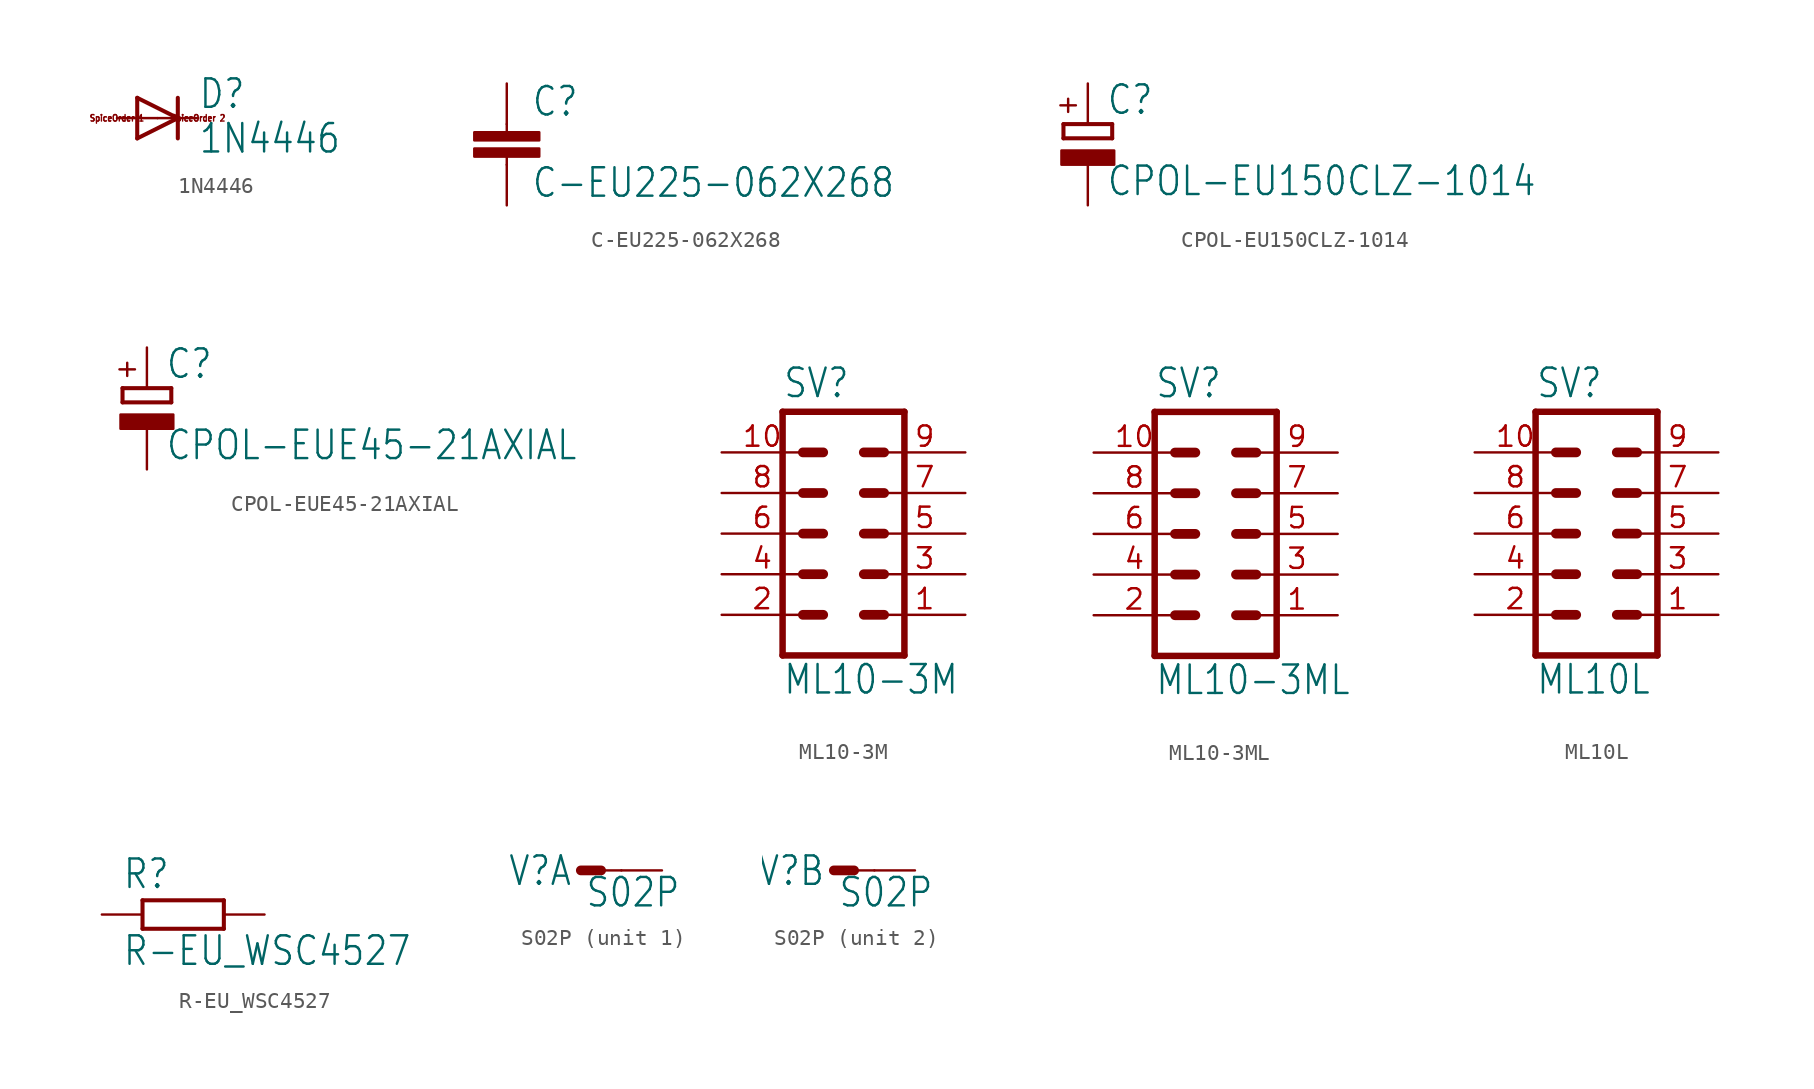
<source format=kicad_sym>
(kicad_symbol_lib
  (version 20211014)
  (generator kicad_symbol_editor)
  (symbol "1N4446"
    (property "Reference" "D"
      (at 2.54 0.483 0)
      (effects (font (size 1.778 1.511)) (justify left bottom)))
    (property "Value" "1N4446"
      (at 2.54 -2.311 0)
      (effects (font (size 1.778 1.511)) (justify left bottom)))
    (property "ki_locked" ""
      (at 0 0 0)
      (effects (font (size 1.27 1.27))))
    (symbol "1N4446_1_0"
      (polyline (pts (xy -1.27 -1.27) (xy 1.27 0)) (stroke (width 0.254) (type default) (color 0 0 0 0)) (fill (type none)))
      (polyline (pts (xy -1.27 1.27) (xy -1.27 -1.27)) (stroke (width 0.254) (type default) (color 0 0 0 0)) (fill (type none)))
      (polyline (pts (xy 1.27 0) (xy -1.27 1.27)) (stroke (width 0.254) (type default) (color 0 0 0 0)) (fill (type none)))
      (polyline (pts (xy 1.27 0) (xy 1.27 -1.27)) (stroke (width 0.254) (type default) (color 0 0 0 0)) (fill (type none)))
      (polyline (pts (xy 1.27 1.27) (xy 1.27 0)) (stroke (width 0.254) (type default) (color 0 0 0 0)) (fill (type none)))
      (text "SpiceOrder 1" (at -2.54 0 0) (effects (font (size 0.406 0.345))))
      (text "SpiceOrder 2" (at 2.54 0 0) (effects (font (size 0.406 0.345))))
      (pin passive line (at -2.54 0 0) (length 2.54) (name "A" (effects (font (size 0 0)))) (number "A" (effects (font (size 0 0)))))
      (pin passive line (at 2.54 0 180) (length 2.54) (name "C" (effects (font (size 0 0)))) (number "C" (effects (font (size 0 0)))))))
  (symbol "C-EU225-062X268"
    (property "Reference" "C"
      (at 1.524 0.381 0)
      (effects (font (size 1.778 1.511)) (justify left bottom)))
    (property "Value" "C-EU225-062X268"
      (at 1.524 -4.699 0)
      (effects (font (size 1.778 1.511)) (justify left bottom)))
    (property "ki_locked" ""
      (at 0 0 0)
      (effects (font (size 1.27 1.27))))
    (symbol "C-EU225-062X268_1_0"
      (rectangle (start -2.032 -2.032) (end 2.032 -1.524) (stroke (width 0) (type default) (color 0 0 0 0)) (fill (type outline)))
      (rectangle (start -2.032 -1.016) (end 2.032 -0.508) (stroke (width 0) (type default) (color 0 0 0 0)) (fill (type outline)))
      (polyline (pts (xy 0 -2.54) (xy 0 -2.032)) (stroke (width 0.152) (type default) (color 0 0 0 0)) (fill (type none)))
      (polyline (pts (xy 0 0) (xy 0 -0.508)) (stroke (width 0.152) (type default) (color 0 0 0 0)) (fill (type none)))
      (pin passive line (at 0 2.54 270) (length 2.54) (name "1" (effects (font (size 0 0)))) (number "1" (effects (font (size 0 0)))))
      (pin passive line (at 0 -5.08 90) (length 2.54) (name "2" (effects (font (size 0 0)))) (number "2" (effects (font (size 0 0)))))))
  (symbol "CPOL-EU150CLZ-1014"
    (property "Reference" "C"
      (at 1.143 0.483 0)
      (effects (font (size 1.778 1.511)) (justify left bottom)))
    (property "Value" "CPOL-EU150CLZ-1014"
      (at 1.143 -4.597 0)
      (effects (font (size 1.778 1.511)) (justify left bottom)))
    (property "ki_locked" ""
      (at 0 0 0)
      (effects (font (size 1.27 1.27))))
    (symbol "CPOL-EU150CLZ-1014_1_0"
      (rectangle (start -1.651 -2.54) (end 1.651 -1.651) (stroke (width 0) (type default) (color 0 0 0 0)) (fill (type outline)))
      (polyline (pts (xy -1.524 -0.889) (xy 1.524 -0.889)) (stroke (width 0.254) (type default) (color 0 0 0 0)) (fill (type none)))
      (polyline (pts (xy -1.524 0) (xy -1.524 -0.889)) (stroke (width 0.254) (type default) (color 0 0 0 0)) (fill (type none)))
      (polyline (pts (xy -1.524 0) (xy 1.524 0)) (stroke (width 0.254) (type default) (color 0 0 0 0)) (fill (type none)))
      (polyline (pts (xy 1.524 -0.889) (xy 1.524 0)) (stroke (width 0.254) (type default) (color 0 0 0 0)) (fill (type none)))
      (text "+" (at -0.584 0.406 900) (effects (font (size 1.27 1.079)) (justify left bottom)))
      (pin passive line (at 0 2.54 270) (length 2.54) (name "+" (effects (font (size 0 0)))) (number "+" (effects (font (size 0 0)))))
      (pin passive line (at 0 -5.08 90) (length 2.54) (name "-" (effects (font (size 0 0)))) (number "-" (effects (font (size 0 0)))))))
  (symbol "CPOL-EUE45-21AXIAL"
    (property "Reference" "C"
      (at 1.143 0.483 0)
      (effects (font (size 1.778 1.511)) (justify left bottom)))
    (property "Value" "CPOL-EUE45-21AXIAL"
      (at 1.143 -4.597 0)
      (effects (font (size 1.778 1.511)) (justify left bottom)))
    (property "ki_locked" ""
      (at 0 0 0)
      (effects (font (size 1.27 1.27))))
    (symbol "CPOL-EUE45-21AXIAL_1_0"
      (rectangle (start -1.651 -2.54) (end 1.651 -1.651) (stroke (width 0) (type default) (color 0 0 0 0)) (fill (type outline)))
      (polyline (pts (xy -1.524 -0.889) (xy 1.524 -0.889)) (stroke (width 0.254) (type default) (color 0 0 0 0)) (fill (type none)))
      (polyline (pts (xy -1.524 0) (xy -1.524 -0.889)) (stroke (width 0.254) (type default) (color 0 0 0 0)) (fill (type none)))
      (polyline (pts (xy -1.524 0) (xy 1.524 0)) (stroke (width 0.254) (type default) (color 0 0 0 0)) (fill (type none)))
      (polyline (pts (xy 1.524 -0.889) (xy 1.524 0)) (stroke (width 0.254) (type default) (color 0 0 0 0)) (fill (type none)))
      (text "+" (at -0.584 0.406 900) (effects (font (size 1.27 1.079)) (justify left bottom)))
      (pin passive line (at 0 2.54 270) (length 2.54) (name "+" (effects (font (size 0 0)))) (number "+" (effects (font (size 0 0)))))
      (pin passive line (at 0 -5.08 90) (length 2.54) (name "-" (effects (font (size 0 0)))) (number "-" (effects (font (size 0 0)))))))
  (symbol "ML10-3M"
    (property "Reference" "SV"
      (at -3.81 8.382 0)
      (effects (font (size 1.778 1.511)) (justify left bottom)))
    (property "Value" "ML10-3M"
      (at -3.81 -10.16 0)
      (effects (font (size 1.778 1.511)) (justify left bottom)))
    (property "ki_locked" ""
      (at 0 0 0)
      (effects (font (size 1.27 1.27))))
    (symbol "ML10-3M_1_0"
      (polyline (pts (xy -3.81 7.62) (xy -3.81 -7.62)) (stroke (width 0.406) (type default) (color 0 0 0 0)) (fill (type none)))
      (polyline (pts (xy -3.81 7.62) (xy 3.81 7.62)) (stroke (width 0.406) (type default) (color 0 0 0 0)) (fill (type none)))
      (polyline (pts (xy -2.54 -5.08) (xy -1.27 -5.08)) (stroke (width 0.61) (type default) (color 0 0 0 0)) (fill (type none)))
      (polyline (pts (xy -2.54 -2.54) (xy -1.27 -2.54)) (stroke (width 0.61) (type default) (color 0 0 0 0)) (fill (type none)))
      (polyline (pts (xy -2.54 0) (xy -1.27 0)) (stroke (width 0.61) (type default) (color 0 0 0 0)) (fill (type none)))
      (polyline (pts (xy -2.54 2.54) (xy -1.27 2.54)) (stroke (width 0.61) (type default) (color 0 0 0 0)) (fill (type none)))
      (polyline (pts (xy -2.54 5.08) (xy -1.27 5.08)) (stroke (width 0.61) (type default) (color 0 0 0 0)) (fill (type none)))
      (polyline (pts (xy 1.27 -5.08) (xy 2.54 -5.08)) (stroke (width 0.61) (type default) (color 0 0 0 0)) (fill (type none)))
      (polyline (pts (xy 1.27 -2.54) (xy 2.54 -2.54)) (stroke (width 0.61) (type default) (color 0 0 0 0)) (fill (type none)))
      (polyline (pts (xy 1.27 0) (xy 2.54 0)) (stroke (width 0.61) (type default) (color 0 0 0 0)) (fill (type none)))
      (polyline (pts (xy 1.27 2.54) (xy 2.54 2.54)) (stroke (width 0.61) (type default) (color 0 0 0 0)) (fill (type none)))
      (polyline (pts (xy 1.27 5.08) (xy 2.54 5.08)) (stroke (width 0.61) (type default) (color 0 0 0 0)) (fill (type none)))
      (polyline (pts (xy 3.81 -7.62) (xy -3.81 -7.62)) (stroke (width 0.406) (type default) (color 0 0 0 0)) (fill (type none)))
      (polyline (pts (xy 3.81 -7.62) (xy 3.81 7.62)) (stroke (width 0.406) (type default) (color 0 0 0 0)) (fill (type none)))
      (pin passive line (at 7.62 -5.08 180) (length 5.08) (name "1" (effects (font (size 0 0)))) (number "1" (effects (font (size 1.27 1.27)))))
      (pin passive line (at -7.62 5.08 0) (length 5.08) (name "10" (effects (font (size 0 0)))) (number "10" (effects (font (size 1.27 1.27)))))
      (pin passive line (at -7.62 -5.08 0) (length 5.08) (name "2" (effects (font (size 0 0)))) (number "2" (effects (font (size 1.27 1.27)))))
      (pin passive line (at 7.62 -2.54 180) (length 5.08) (name "3" (effects (font (size 0 0)))) (number "3" (effects (font (size 1.27 1.27)))))
      (pin passive line (at -7.62 -2.54 0) (length 5.08) (name "4" (effects (font (size 0 0)))) (number "4" (effects (font (size 1.27 1.27)))))
      (pin passive line (at 7.62 0 180) (length 5.08) (name "5" (effects (font (size 0 0)))) (number "5" (effects (font (size 1.27 1.27)))))
      (pin passive line (at -7.62 0 0) (length 5.08) (name "6" (effects (font (size 0 0)))) (number "6" (effects (font (size 1.27 1.27)))))
      (pin passive line (at 7.62 2.54 180) (length 5.08) (name "7" (effects (font (size 0 0)))) (number "7" (effects (font (size 1.27 1.27)))))
      (pin passive line (at -7.62 2.54 0) (length 5.08) (name "8" (effects (font (size 0 0)))) (number "8" (effects (font (size 1.27 1.27)))))
      (pin passive line (at 7.62 5.08 180) (length 5.08) (name "9" (effects (font (size 0 0)))) (number "9" (effects (font (size 1.27 1.27)))))))
  (symbol "ML10-3ML"
    (property "Reference" "SV"
      (at -3.81 8.382 0)
      (effects (font (size 1.778 1.511)) (justify left bottom)))
    (property "Value" "ML10-3ML"
      (at -3.81 -10.16 0)
      (effects (font (size 1.778 1.511)) (justify left bottom)))
    (property "ki_locked" ""
      (at 0 0 0)
      (effects (font (size 1.27 1.27))))
    (symbol "ML10-3ML_1_0"
      (polyline (pts (xy -3.81 7.62) (xy -3.81 -7.62)) (stroke (width 0.406) (type default) (color 0 0 0 0)) (fill (type none)))
      (polyline (pts (xy -3.81 7.62) (xy 3.81 7.62)) (stroke (width 0.406) (type default) (color 0 0 0 0)) (fill (type none)))
      (polyline (pts (xy -2.54 -5.08) (xy -1.27 -5.08)) (stroke (width 0.61) (type default) (color 0 0 0 0)) (fill (type none)))
      (polyline (pts (xy -2.54 -2.54) (xy -1.27 -2.54)) (stroke (width 0.61) (type default) (color 0 0 0 0)) (fill (type none)))
      (polyline (pts (xy -2.54 0) (xy -1.27 0)) (stroke (width 0.61) (type default) (color 0 0 0 0)) (fill (type none)))
      (polyline (pts (xy -2.54 2.54) (xy -1.27 2.54)) (stroke (width 0.61) (type default) (color 0 0 0 0)) (fill (type none)))
      (polyline (pts (xy -2.54 5.08) (xy -1.27 5.08)) (stroke (width 0.61) (type default) (color 0 0 0 0)) (fill (type none)))
      (polyline (pts (xy 1.27 -5.08) (xy 2.54 -5.08)) (stroke (width 0.61) (type default) (color 0 0 0 0)) (fill (type none)))
      (polyline (pts (xy 1.27 -2.54) (xy 2.54 -2.54)) (stroke (width 0.61) (type default) (color 0 0 0 0)) (fill (type none)))
      (polyline (pts (xy 1.27 0) (xy 2.54 0)) (stroke (width 0.61) (type default) (color 0 0 0 0)) (fill (type none)))
      (polyline (pts (xy 1.27 2.54) (xy 2.54 2.54)) (stroke (width 0.61) (type default) (color 0 0 0 0)) (fill (type none)))
      (polyline (pts (xy 1.27 5.08) (xy 2.54 5.08)) (stroke (width 0.61) (type default) (color 0 0 0 0)) (fill (type none)))
      (polyline (pts (xy 3.81 -7.62) (xy -3.81 -7.62)) (stroke (width 0.406) (type default) (color 0 0 0 0)) (fill (type none)))
      (polyline (pts (xy 3.81 -7.62) (xy 3.81 7.62)) (stroke (width 0.406) (type default) (color 0 0 0 0)) (fill (type none)))
      (pin passive line (at 7.62 -5.08 180) (length 5.08) (name "1" (effects (font (size 0 0)))) (number "1" (effects (font (size 1.27 1.27)))))
      (pin passive line (at -7.62 5.08 0) (length 5.08) (name "10" (effects (font (size 0 0)))) (number "10" (effects (font (size 1.27 1.27)))))
      (pin passive line (at -7.62 -5.08 0) (length 5.08) (name "2" (effects (font (size 0 0)))) (number "2" (effects (font (size 1.27 1.27)))))
      (pin passive line (at 7.62 -2.54 180) (length 5.08) (name "3" (effects (font (size 0 0)))) (number "3" (effects (font (size 1.27 1.27)))))
      (pin passive line (at -7.62 -2.54 0) (length 5.08) (name "4" (effects (font (size 0 0)))) (number "4" (effects (font (size 1.27 1.27)))))
      (pin passive line (at 7.62 0 180) (length 5.08) (name "5" (effects (font (size 0 0)))) (number "5" (effects (font (size 1.27 1.27)))))
      (pin passive line (at -7.62 0 0) (length 5.08) (name "6" (effects (font (size 0 0)))) (number "6" (effects (font (size 1.27 1.27)))))
      (pin passive line (at 7.62 2.54 180) (length 5.08) (name "7" (effects (font (size 0 0)))) (number "7" (effects (font (size 1.27 1.27)))))
      (pin passive line (at -7.62 2.54 0) (length 5.08) (name "8" (effects (font (size 0 0)))) (number "8" (effects (font (size 1.27 1.27)))))
      (pin passive line (at 7.62 5.08 180) (length 5.08) (name "9" (effects (font (size 0 0)))) (number "9" (effects (font (size 1.27 1.27)))))))
  (symbol "ML10L"
    (property "Reference" "SV"
      (at -3.81 8.382 0)
      (effects (font (size 1.778 1.511)) (justify left bottom)))
    (property "Value" "ML10L"
      (at -3.81 -10.16 0)
      (effects (font (size 1.778 1.511)) (justify left bottom)))
    (property "ki_locked" ""
      (at 0 0 0)
      (effects (font (size 1.27 1.27))))
    (symbol "ML10L_1_0"
      (polyline (pts (xy -3.81 7.62) (xy -3.81 -7.62)) (stroke (width 0.406) (type default) (color 0 0 0 0)) (fill (type none)))
      (polyline (pts (xy -3.81 7.62) (xy 3.81 7.62)) (stroke (width 0.406) (type default) (color 0 0 0 0)) (fill (type none)))
      (polyline (pts (xy -2.54 -5.08) (xy -1.27 -5.08)) (stroke (width 0.61) (type default) (color 0 0 0 0)) (fill (type none)))
      (polyline (pts (xy -2.54 -2.54) (xy -1.27 -2.54)) (stroke (width 0.61) (type default) (color 0 0 0 0)) (fill (type none)))
      (polyline (pts (xy -2.54 0) (xy -1.27 0)) (stroke (width 0.61) (type default) (color 0 0 0 0)) (fill (type none)))
      (polyline (pts (xy -2.54 2.54) (xy -1.27 2.54)) (stroke (width 0.61) (type default) (color 0 0 0 0)) (fill (type none)))
      (polyline (pts (xy -2.54 5.08) (xy -1.27 5.08)) (stroke (width 0.61) (type default) (color 0 0 0 0)) (fill (type none)))
      (polyline (pts (xy 1.27 -5.08) (xy 2.54 -5.08)) (stroke (width 0.61) (type default) (color 0 0 0 0)) (fill (type none)))
      (polyline (pts (xy 1.27 -2.54) (xy 2.54 -2.54)) (stroke (width 0.61) (type default) (color 0 0 0 0)) (fill (type none)))
      (polyline (pts (xy 1.27 0) (xy 2.54 0)) (stroke (width 0.61) (type default) (color 0 0 0 0)) (fill (type none)))
      (polyline (pts (xy 1.27 2.54) (xy 2.54 2.54)) (stroke (width 0.61) (type default) (color 0 0 0 0)) (fill (type none)))
      (polyline (pts (xy 1.27 5.08) (xy 2.54 5.08)) (stroke (width 0.61) (type default) (color 0 0 0 0)) (fill (type none)))
      (polyline (pts (xy 3.81 -7.62) (xy -3.81 -7.62)) (stroke (width 0.406) (type default) (color 0 0 0 0)) (fill (type none)))
      (polyline (pts (xy 3.81 -7.62) (xy 3.81 7.62)) (stroke (width 0.406) (type default) (color 0 0 0 0)) (fill (type none)))
      (pin passive line (at 7.62 -5.08 180) (length 5.08) (name "1" (effects (font (size 0 0)))) (number "1" (effects (font (size 1.27 1.27)))))
      (pin passive line (at -7.62 5.08 0) (length 5.08) (name "10" (effects (font (size 0 0)))) (number "10" (effects (font (size 1.27 1.27)))))
      (pin passive line (at -7.62 -5.08 0) (length 5.08) (name "2" (effects (font (size 0 0)))) (number "2" (effects (font (size 1.27 1.27)))))
      (pin passive line (at 7.62 -2.54 180) (length 5.08) (name "3" (effects (font (size 0 0)))) (number "3" (effects (font (size 1.27 1.27)))))
      (pin passive line (at -7.62 -2.54 0) (length 5.08) (name "4" (effects (font (size 0 0)))) (number "4" (effects (font (size 1.27 1.27)))))
      (pin passive line (at 7.62 0 180) (length 5.08) (name "5" (effects (font (size 0 0)))) (number "5" (effects (font (size 1.27 1.27)))))
      (pin passive line (at -7.62 0 0) (length 5.08) (name "6" (effects (font (size 0 0)))) (number "6" (effects (font (size 1.27 1.27)))))
      (pin passive line (at 7.62 2.54 180) (length 5.08) (name "7" (effects (font (size 0 0)))) (number "7" (effects (font (size 1.27 1.27)))))
      (pin passive line (at -7.62 2.54 0) (length 5.08) (name "8" (effects (font (size 0 0)))) (number "8" (effects (font (size 1.27 1.27)))))
      (pin passive line (at 7.62 5.08 180) (length 5.08) (name "9" (effects (font (size 0 0)))) (number "9" (effects (font (size 1.27 1.27)))))))
  (symbol "R-EU_WSC4527"
    (property "Reference" "R"
      (at -3.81 1.499 0)
      (effects (font (size 1.778 1.511)) (justify left bottom)))
    (property "Value" "R-EU_WSC4527"
      (at -3.81 -3.302 0)
      (effects (font (size 1.778 1.511)) (justify left bottom)))
    (property "ki_locked" ""
      (at 0 0 0)
      (effects (font (size 1.27 1.27))))
    (symbol "R-EU_WSC4527_1_0"
      (polyline (pts (xy -2.54 -0.889) (xy -2.54 0.889)) (stroke (width 0.254) (type default) (color 0 0 0 0)) (fill (type none)))
      (polyline (pts (xy -2.54 -0.889) (xy 2.54 -0.889)) (stroke (width 0.254) (type default) (color 0 0 0 0)) (fill (type none)))
      (polyline (pts (xy 2.54 -0.889) (xy 2.54 0.889)) (stroke (width 0.254) (type default) (color 0 0 0 0)) (fill (type none)))
      (polyline (pts (xy 2.54 0.889) (xy -2.54 0.889)) (stroke (width 0.254) (type default) (color 0 0 0 0)) (fill (type none)))
      (pin passive line (at -5.08 0 0) (length 2.54) (name "1" (effects (font (size 0 0)))) (number "1" (effects (font (size 0 0)))))
      (pin passive line (at 5.08 0 180) (length 2.54) (name "2" (effects (font (size 0 0)))) (number "2" (effects (font (size 0 0)))))))
  (symbol "S02P"
    (property "Reference" "SV"
      (at -0.508 1.016 0)
      (effects (font (size 1.778 1.511)) (justify right top)))
    (property "Value" "S02P"
      (at 0.254 -2.413 0)
      (effects (font (size 1.778 1.511)) (justify left bottom)))
    (property "ki_locked" ""
      (at 0 0 0)
      (effects (font (size 1.27 1.27))))
    (symbol "S02P_1_0"
      (polyline (pts (xy 0 0) (xy 1.27 0)) (stroke (width 0.61) (type default) (color 0 0 0 0)) (fill (type none)))
      (polyline (pts (xy 1.27 0) (xy 2.54 0)) (stroke (width 0.152) (type default) (color 0 0 0 0)) (fill (type none)))
      (pin passive line (at 5.08 0 180) (length 2.54) (name "S" (effects (font (size 0 0)))) (number "1" (effects (font (size 0 0))))))
    (symbol "S02P_2_0"
      (polyline (pts (xy 0 0) (xy 1.27 0)) (stroke (width 0.61) (type default) (color 0 0 0 0)) (fill (type none)))
      (polyline (pts (xy 1.27 0) (xy 2.54 0)) (stroke (width 0.152) (type default) (color 0 0 0 0)) (fill (type none)))
      (pin passive line (at 5.08 0 180) (length 2.54) (name "S" (effects (font (size 0 0)))) (number "2" (effects (font (size 0 0))))))))
</source>
